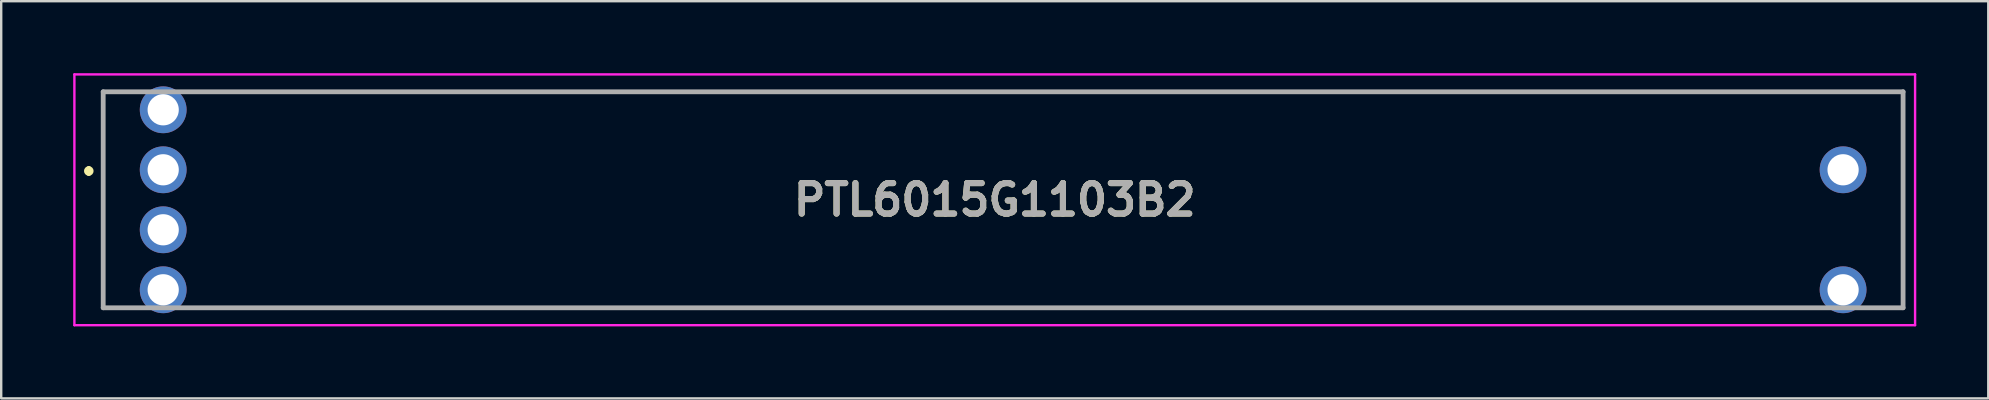
<source format=kicad_pcb>
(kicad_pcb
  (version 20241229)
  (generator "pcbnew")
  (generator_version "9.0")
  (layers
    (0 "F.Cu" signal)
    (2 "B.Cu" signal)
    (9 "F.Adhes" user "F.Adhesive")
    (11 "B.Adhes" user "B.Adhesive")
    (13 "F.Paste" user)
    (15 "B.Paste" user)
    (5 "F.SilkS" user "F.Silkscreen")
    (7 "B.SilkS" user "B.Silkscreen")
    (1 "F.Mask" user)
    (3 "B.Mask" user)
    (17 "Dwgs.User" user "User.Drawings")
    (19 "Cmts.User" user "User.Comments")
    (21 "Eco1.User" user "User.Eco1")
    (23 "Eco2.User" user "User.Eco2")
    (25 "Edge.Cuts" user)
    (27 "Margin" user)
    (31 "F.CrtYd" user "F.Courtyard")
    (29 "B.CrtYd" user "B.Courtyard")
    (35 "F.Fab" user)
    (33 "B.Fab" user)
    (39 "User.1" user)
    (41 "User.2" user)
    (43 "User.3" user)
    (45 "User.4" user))
  (footprint "PTL6015G1103B2"
    (layer "F.Cu")
    (at 3.75 4.025)
    (property "Reference" "PTL6015G1103B2" (at 34.65 1.25 0) (layer "F.SilkS") (effects (font (size 1.27 1.27) (thickness 0.254))))
    (attr through_hole)
    (fp_line (start -3.1 -0.05) (end -3.1 -0.05) (stroke (width 0.2) (type solid)) (layer "F.SilkS"))
    (fp_line (start -3.1 0.15) (end -3.1 0.15) (stroke (width 0.2) (type solid)) (layer "F.SilkS"))
    (fp_line (start -2.5 -3.25) (end -2.5 5.75) (stroke (width 0.1) (type solid)) (layer "F.SilkS"))
    (fp_line (start -2.5 5.75) (end -1.5 5.75) (stroke (width 0.1) (type solid)) (layer "F.SilkS"))
    (fp_line (start -1.5 -3.25) (end -2.5 -3.25) (stroke (width 0.1) (type solid)) (layer "F.SilkS"))
    (fp_line (start 1.5 5.75) (end 68.5 5.75) (stroke (width 0.1) (type solid)) (layer "F.SilkS"))
    (fp_line (start 71.5 5.75) (end 72.5 5.75) (stroke (width 0.1) (type solid)) (layer "F.SilkS"))
    (fp_line (start 72.5 -3.25) (end 1.5 -3.25) (stroke (width 0.1) (type solid)) (layer "F.SilkS"))
    (fp_line (start 72.5 5.75) (end 72.5 -3.25) (stroke (width 0.1) (type solid)) (layer "F.SilkS"))
    (fp_arc (start -3.1 -0.05) (mid -3 0.05) (end -3.1 0.15) (stroke (width 0.2) (type solid)) (layer "F.SilkS"))
    (fp_arc (start -3.1 0.15) (mid -3.2 0.05) (end -3.1 -0.05) (stroke (width 0.2) (type solid)) (layer "F.SilkS"))
    (fp_line (start -3.7 -3.975) (end 73 -3.975) (stroke (width 0.1) (type solid)) (layer "F.CrtYd"))
    (fp_line (start -3.7 6.475) (end -3.7 -3.975) (stroke (width 0.1) (type solid)) (layer "F.CrtYd"))
    (fp_line (start 73 -3.975) (end 73 6.475) (stroke (width 0.1) (type solid)) (layer "F.CrtYd"))
    (fp_line (start 73 6.475) (end -3.7 6.475) (stroke (width 0.1) (type solid)) (layer "F.CrtYd"))
    (fp_line (start -2.5 -3.25) (end 72.5 -3.25) (stroke (width 0.2) (type solid)) (layer "F.Fab"))
    (fp_line (start -2.5 5.75) (end -2.5 -3.25) (stroke (width 0.2) (type solid)) (layer "F.Fab"))
    (fp_line (start 72.5 -3.25) (end 72.5 5.75) (stroke (width 0.2) (type solid)) (layer "F.Fab"))
    (fp_line (start 72.5 5.75) (end -2.5 5.75) (stroke (width 0.2) (type solid)) (layer "F.Fab"))
    (fp_text user "${REFERENCE}" (at 34.65 1.25 0) (layer "F.Fab") (effects (font (size 1.27 1.27) (thickness 0.254))))
    (pad "1" thru_hole circle (at 0 0) (size 1.95 1.95) (drill 1.3) (layers "*.Cu" "*.Mask"))
    (pad "2" thru_hole circle (at 0 -2.5) (size 1.95 1.95) (drill 1.3) (layers "*.Cu" "*.Mask"))
    (pad "3" thru_hole circle (at 70 0) (size 1.95 1.95) (drill 1.3) (layers "*.Cu" "*.Mask"))
    (pad "B1" thru_hole circle (at 70 5) (size 1.95 1.95) (drill 1.3) (layers "*.Cu" "*.Mask"))
    (pad "E1" thru_hole circle (at 0 5) (size 1.95 1.95) (drill 1.3) (layers "*.Cu" "*.Mask"))
    (pad "L1" thru_hole circle (at 0 2.5) (size 1.95 1.95) (drill 1.3) (layers "*.Cu" "*.Mask")))
  (gr_rect
    (start -3 -3)
    (end 79.8 13.55)
    (stroke (width 0.1) (type default))
    (fill no)
    (layer "Edge.Cuts")))
</source>
